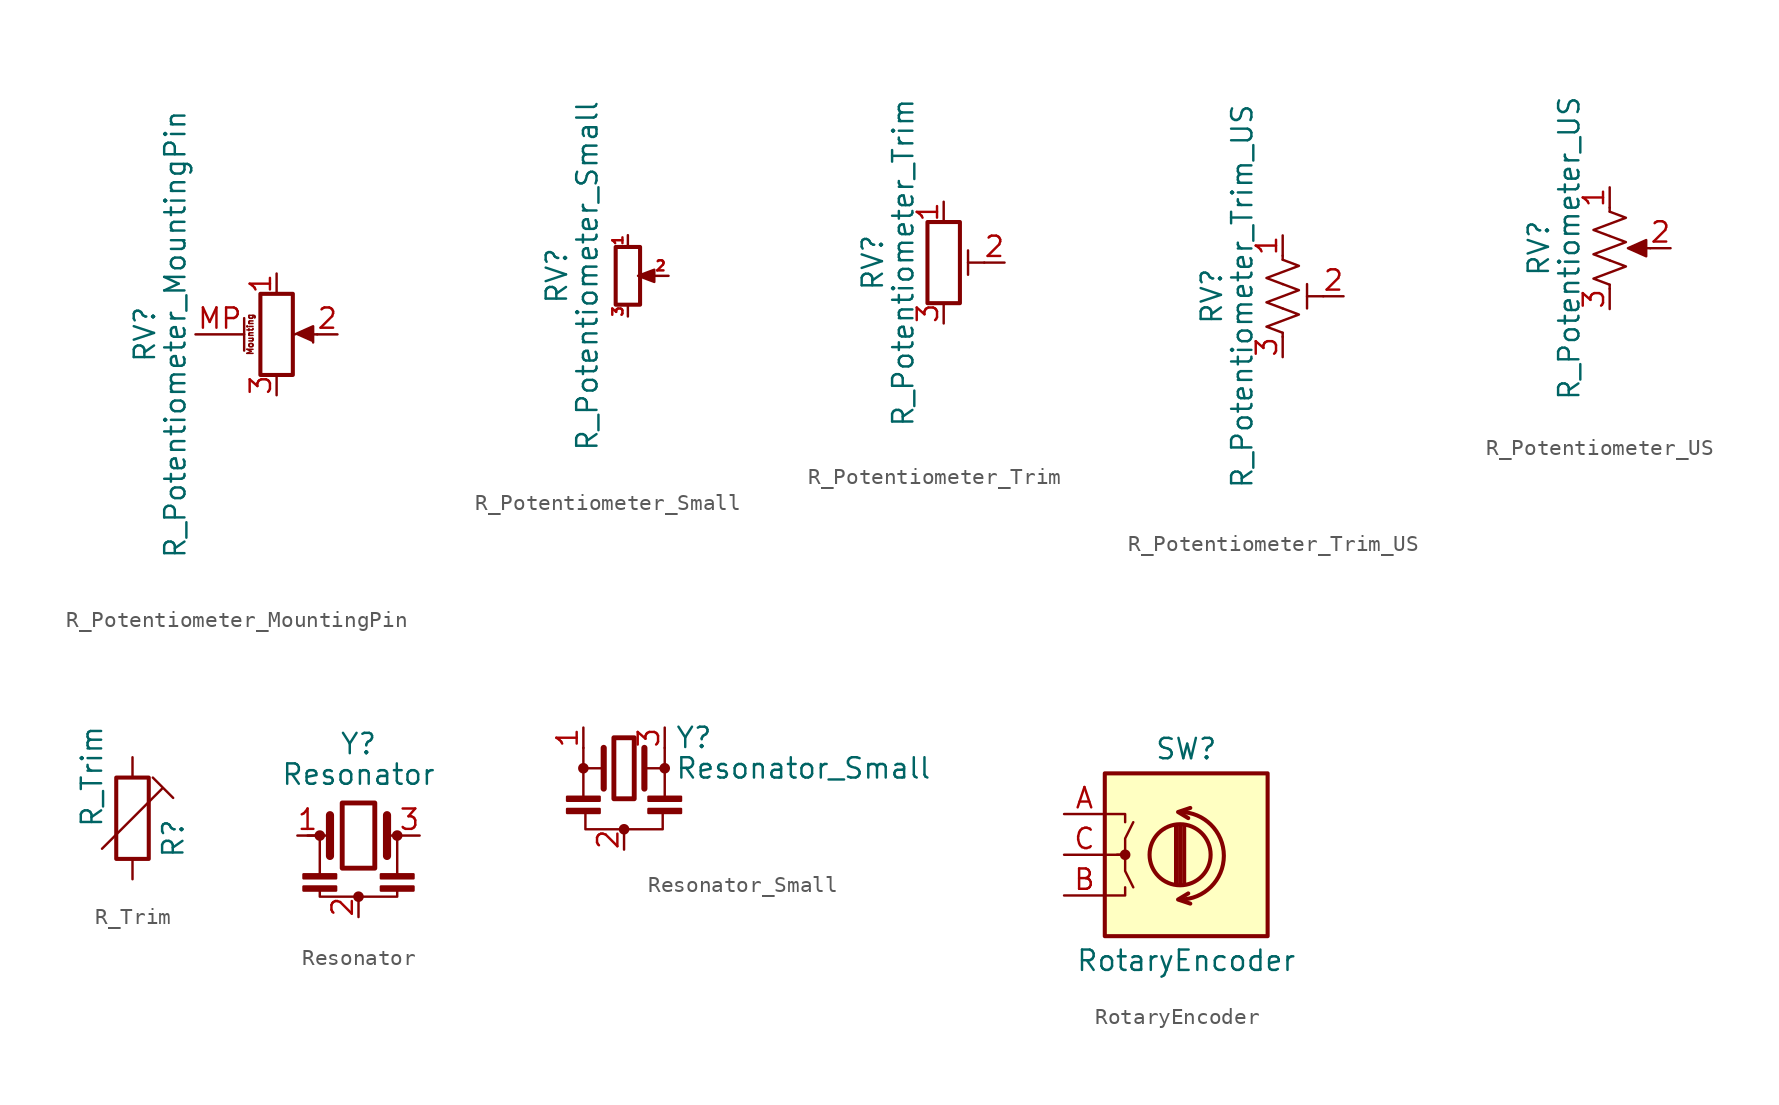
<source format=kicad_sym>
(kicad_symbol_lib
  (version 20201005)
  (generator kicad_symbol_editor)
  (symbol "R_Potentiometer_MountingPin"
    (pin_names
      (offset 1.016) hide)
    (property "Reference" "RV"
      (at -8.255 0 90)
      (effects (font (size 1.27 1.27))))
    (property "Value" "R_Potentiometer_MountingPin"
      (at -6.35 0 90)
      (effects (font (size 1.27 1.27))))
    (symbol "R_Potentiometer_MountingPin_0_1"
      (rectangle (start 1.016 2.54) (end -1.016 -2.54) (stroke (width 0.254)) (fill (type none)))
      (polyline (pts (xy 2.54 0) (xy 1.524 0)) (stroke (width 0)) (fill (type none)))
      (polyline (pts (xy 1.143 0) (xy 2.286 0.508) (xy 2.286 -0.508)) (stroke (width 0)) (fill (type outline))))
    (symbol "R_Potentiometer_MountingPin_1_1"
      (text "Mounting" (at -1.651 0 900) (effects (font (size 0.381 0.381))))
      (polyline (pts (xy -2.032 1.016) (xy -2.032 -1.016)) (stroke (width 0.152)) (fill (type none)))
      (pin passive line (at 0 3.81 270) (length 1.27) (name "1" (effects (font (size 1.27 1.27)))) (number "1" (effects (font (size 1.27 1.27)))))
      (pin passive line (at 3.81 0 180) (length 1.27) (name "2" (effects (font (size 1.27 1.27)))) (number "2" (effects (font (size 1.27 1.27)))))
      (pin passive line (at 0 -3.81 90) (length 1.27) (name "3" (effects (font (size 1.27 1.27)))) (number "3" (effects (font (size 1.27 1.27)))))
      (pin passive line (at -5.08 0 0) (length 3.048) (name "MountPin" (effects (font (size 1.27 1.27)))) (number "MP" (effects (font (size 1.27 1.27)))))))
  (symbol "R_Potentiometer_Small"
    (pin_names
      (offset 1.016) hide)
    (property "Reference" "RV"
      (at -4.445 0 90)
      (effects (font (size 1.27 1.27))))
    (property "Value" "R_Potentiometer_Small"
      (at -2.54 0 90)
      (effects (font (size 1.27 1.27))))
    (symbol "R_Potentiometer_Small_0_1"
      (rectangle (start 0.762 1.803) (end -0.762 -1.803) (stroke (width 0.254)) (fill (type none)))
      (polyline (pts (xy 0.889 0) (xy 0.635 0) (xy 1.651 0.381) (xy 1.651 -0.381) (xy 0.635 0) (xy 0.889 0)) (stroke (width 0)) (fill (type outline))))
    (symbol "R_Potentiometer_Small_1_1"
      (pin passive line (at 0 2.54 270) (length 0.635) (name "1" (effects (font (size 0.635 0.635)))) (number "1" (effects (font (size 0.635 0.635)))))
      (pin passive line (at 2.54 0 180) (length 0.991) (name "2" (effects (font (size 0.635 0.635)))) (number "2" (effects (font (size 0.635 0.635)))))
      (pin passive line (at 0 -2.54 90) (length 0.635) (name "3" (effects (font (size 0.635 0.635)))) (number "3" (effects (font (size 0.635 0.635)))))))
  (symbol "R_Potentiometer_Trim"
    (pin_names
      (offset 1.016) hide)
    (property "Reference" "RV"
      (at -4.445 0 90)
      (effects (font (size 1.27 1.27))))
    (property "Value" "R_Potentiometer_Trim"
      (at -2.54 0 90)
      (effects (font (size 1.27 1.27))))
    (symbol "R_Potentiometer_Trim_0_1"
      (rectangle (start 1.016 2.54) (end -1.016 -2.54) (stroke (width 0.254)) (fill (type none)))
      (polyline (pts (xy 1.524 0.762) (xy 1.524 -0.762)) (stroke (width 0)) (fill (type none)))
      (polyline (pts (xy 2.54 0) (xy 1.524 0)) (stroke (width 0)) (fill (type none))))
    (symbol "R_Potentiometer_Trim_1_1"
      (pin passive line (at 0 3.81 270) (length 1.27) (name "1" (effects (font (size 1.27 1.27)))) (number "1" (effects (font (size 1.27 1.27)))))
      (pin passive line (at 3.81 0 180) (length 1.27) (name "2" (effects (font (size 1.27 1.27)))) (number "2" (effects (font (size 1.27 1.27)))))
      (pin passive line (at 0 -3.81 90) (length 1.27) (name "3" (effects (font (size 1.27 1.27)))) (number "3" (effects (font (size 1.27 1.27)))))))
  (symbol "R_Potentiometer_Trim_US"
    (pin_names
      (offset 1.016) hide)
    (property "Reference" "RV"
      (at -4.445 0 90)
      (effects (font (size 1.27 1.27))))
    (property "Value" "R_Potentiometer_Trim_US"
      (at -2.54 0 90)
      (effects (font (size 1.27 1.27))))
    (symbol "R_Potentiometer_Trim_US_0_1"
      (polyline (pts (xy 0 -2.286) (xy 0 -2.54)) (stroke (width 0)) (fill (type none)))
      (polyline (pts (xy 0 2.286) (xy 0 2.54)) (stroke (width 0)) (fill (type none)))
      (polyline (pts (xy 1.524 0.762) (xy 1.524 -0.762)) (stroke (width 0)) (fill (type none)))
      (polyline (pts (xy 2.54 0) (xy 1.524 0)) (stroke (width 0)) (fill (type none)))
      (polyline (pts (xy 0 -0.762) (xy 1.016 -1.143) (xy 0 -1.524) (xy -1.016 -1.905) (xy 0 -2.286)) (stroke (width 0)) (fill (type none)))
      (polyline (pts (xy 0 0.762) (xy 1.016 0.381) (xy 0 0) (xy -1.016 -0.381) (xy 0 -0.762)) (stroke (width 0)) (fill (type none)))
      (polyline (pts (xy 0 2.286) (xy 1.016 1.905) (xy 0 1.524) (xy -1.016 1.143) (xy 0 0.762)) (stroke (width 0)) (fill (type none))))
    (symbol "R_Potentiometer_Trim_US_1_1"
      (pin passive line (at 0 3.81 270) (length 1.27) (name "1" (effects (font (size 1.27 1.27)))) (number "1" (effects (font (size 1.27 1.27)))))
      (pin passive line (at 3.81 0 180) (length 1.27) (name "2" (effects (font (size 1.27 1.27)))) (number "2" (effects (font (size 1.27 1.27)))))
      (pin passive line (at 0 -3.81 90) (length 1.27) (name "3" (effects (font (size 1.27 1.27)))) (number "3" (effects (font (size 1.27 1.27)))))))
  (symbol "R_Potentiometer_US"
    (pin_names
      (offset 1.016) hide)
    (property "Reference" "RV"
      (at -4.445 0 90)
      (effects (font (size 1.27 1.27))))
    (property "Value" "R_Potentiometer_US"
      (at -2.54 0 90)
      (effects (font (size 1.27 1.27))))
    (symbol "R_Potentiometer_US_0_1"
      (polyline (pts (xy 0 -2.286) (xy 0 -2.54)) (stroke (width 0)) (fill (type none)))
      (polyline (pts (xy 0 2.54) (xy 0 2.286)) (stroke (width 0)) (fill (type none)))
      (polyline (pts (xy 2.54 0) (xy 1.524 0)) (stroke (width 0)) (fill (type none)))
      (polyline (pts (xy 0 -0.762) (xy 1.016 -1.143) (xy 0 -1.524) (xy -1.016 -1.905) (xy 0 -2.286)) (stroke (width 0)) (fill (type none)))
      (polyline (pts (xy 0 0.762) (xy 1.016 0.381) (xy 0 0) (xy -1.016 -0.381) (xy 0 -0.762)) (stroke (width 0)) (fill (type none)))
      (polyline (pts (xy 0 2.286) (xy 1.016 1.905) (xy 0 1.524) (xy -1.016 1.143) (xy 0 0.762)) (stroke (width 0)) (fill (type none)))
      (polyline (pts (xy 1.143 0) (xy 2.286 0.508) (xy 2.286 -0.508) (xy 1.143 0)) (stroke (width 0)) (fill (type outline))))
    (symbol "R_Potentiometer_US_1_1"
      (pin passive line (at 0 3.81 270) (length 1.27) (name "1" (effects (font (size 1.27 1.27)))) (number "1" (effects (font (size 1.27 1.27)))))
      (pin passive line (at 3.81 0 180) (length 1.27) (name "2" (effects (font (size 1.27 1.27)))) (number "2" (effects (font (size 1.27 1.27)))))
      (pin passive line (at 0 -3.81 90) (length 1.27) (name "3" (effects (font (size 1.27 1.27)))) (number "3" (effects (font (size 1.27 1.27)))))))
  (symbol "R_Trim"
    (pin_numbers hide)
    (pin_names
      (offset 0))
    (property "Reference" "R"
      (at 2.54 -2.54 90)
      (effects (font (size 1.27 1.27)) (justify left)))
    (property "Value" "R_Trim"
      (at -2.54 -0.635 90)
      (effects (font (size 1.27 1.27)) (justify left)))
    (symbol "R_Trim_0_1"
      (rectangle (start -1.016 -2.54) (end 1.016 2.54) (stroke (width 0.254)) (fill (type none)))
      (polyline (pts (xy -1.905 -1.905) (xy 1.905 1.905) (xy 2.54 1.27) (xy 1.27 2.54)) (stroke (width 0)) (fill (type none))))
    (symbol "R_Trim_1_1"
      (pin passive line (at 0 3.81 270) (length 1.27) (name "~" (effects (font (size 1.27 1.27)))) (number "1" (effects (font (size 1.27 1.27)))))
      (pin passive line (at 0 -3.81 90) (length 1.27) (name "~" (effects (font (size 1.27 1.27)))) (number "2" (effects (font (size 1.27 1.27)))))))
  (symbol "Resonator"
    (pin_names
      (offset 1.016) hide)
    (property "Reference" "Y"
      (at 0 5.715 0)
      (effects (font (size 1.27 1.27))))
    (property "Value" "Resonator"
      (at 0 3.81 0)
      (effects (font (size 1.27 1.27))))
    (symbol "Resonator_0_1"
      (circle (center -2.413 0) (radius 0.254) (stroke (width 0)) (fill (type outline)))
      (circle (center 0 -3.81) (radius 0.254) (stroke (width 0)) (fill (type outline)))
      (circle (center 2.413 0) (radius 0.254) (stroke (width 0)) (fill (type outline)))
      (rectangle (start -1.016 2.032) (end 1.016 -2.032) (stroke (width 0.305)) (fill (type none)))
      (rectangle (start -3.429 -3.175) (end -1.397 -3.429) (stroke (width 0)) (fill (type outline)))
      (rectangle (start -3.429 -2.413) (end -1.397 -2.667) (stroke (width 0)) (fill (type outline)))
      (rectangle (start 1.397 -3.175) (end 3.429 -3.429) (stroke (width 0)) (fill (type outline)))
      (rectangle (start 1.397 -2.413) (end 3.429 -2.667) (stroke (width 0)) (fill (type outline)))
      (polyline (pts (xy -2.413 -2.413) (xy -2.413 0)) (stroke (width 0)) (fill (type none)))
      (polyline (pts (xy -1.905 0) (xy -3.175 0)) (stroke (width 0)) (fill (type none)))
      (polyline (pts (xy -1.778 -1.27) (xy -1.778 1.27)) (stroke (width 0.508)) (fill (type none)))
      (polyline (pts (xy 1.778 -1.27) (xy 1.778 1.27)) (stroke (width 0.508)) (fill (type none)))
      (polyline (pts (xy 1.905 0) (xy 2.54 0)) (stroke (width 0)) (fill (type none)))
      (polyline (pts (xy 2.413 0) (xy 2.413 -2.54)) (stroke (width 0)) (fill (type none)))
      (polyline (pts (xy 2.413 -3.302) (xy 2.413 -3.81) (xy -2.413 -3.81) (xy -2.413 -3.302)) (stroke (width 0)) (fill (type none))))
    (symbol "Resonator_1_1"
      (pin passive line (at -3.81 0 0) (length 1.27) (name "1" (effects (font (size 1.27 1.27)))) (number "1" (effects (font (size 1.27 1.27)))))
      (pin passive line (at 0 -5.08 90) (length 1.27) (name "2" (effects (font (size 1.27 1.27)))) (number "2" (effects (font (size 1.27 1.27)))))
      (pin passive line (at 3.81 0 180) (length 1.27) (name "3" (effects (font (size 1.27 1.27)))) (number "3" (effects (font (size 1.27 1.27)))))))
  (symbol "Resonator_Small"
    (pin_names
      (offset 1.016) hide)
    (property "Reference" "Y"
      (at 3.175 1.905 0)
      (effects (font (size 1.27 1.27)) (justify left)))
    (property "Value" "Resonator_Small"
      (at 3.175 0 0)
      (effects (font (size 1.27 1.27)) (justify left)))
    (symbol "Resonator_Small_0_1"
      (circle (center -2.54 0) (radius 0.254) (stroke (width 0)) (fill (type outline)))
      (circle (center 0 -3.81) (radius 0.254) (stroke (width 0)) (fill (type outline)))
      (circle (center 2.54 0) (radius 0.254) (stroke (width 0)) (fill (type outline)))
      (rectangle (start -0.635 1.905) (end 0.635 -1.905) (stroke (width 0.305)) (fill (type none)))
      (rectangle (start -3.556 -2.54) (end -1.524 -2.794) (stroke (width 0)) (fill (type outline)))
      (rectangle (start -3.556 -1.778) (end -1.524 -2.032) (stroke (width 0)) (fill (type outline)))
      (rectangle (start 1.524 -2.54) (end 3.556 -2.794) (stroke (width 0)) (fill (type outline)))
      (rectangle (start 1.524 -1.778) (end 3.556 -2.032) (stroke (width 0)) (fill (type outline)))
      (polyline (pts (xy -2.54 -1.778) (xy -2.54 0)) (stroke (width 0)) (fill (type none)))
      (polyline (pts (xy -2.54 0) (xy -1.397 0)) (stroke (width 0)) (fill (type none)))
      (polyline (pts (xy -2.54 1.27) (xy -2.54 0)) (stroke (width 0)) (fill (type none)))
      (polyline (pts (xy -1.27 -1.27) (xy -1.27 1.27)) (stroke (width 0.381)) (fill (type none)))
      (polyline (pts (xy 1.27 -1.27) (xy 1.27 1.27)) (stroke (width 0.381)) (fill (type none)))
      (polyline (pts (xy 1.27 0) (xy 2.54 0)) (stroke (width 0)) (fill (type none)))
      (polyline (pts (xy 2.54 0) (xy 2.54 -1.778)) (stroke (width 0)) (fill (type none)))
      (polyline (pts (xy 2.54 1.27) (xy 2.54 0)) (stroke (width 0)) (fill (type none)))
      (polyline (pts (xy 2.413 -2.794) (xy 2.413 -3.81) (xy -2.413 -3.81) (xy -2.413 -2.667)) (stroke (width 0)) (fill (type none))))
    (symbol "Resonator_Small_1_1"
      (pin passive line (at -2.54 2.54 270) (length 1.27) (name "1" (effects (font (size 1.27 1.27)))) (number "1" (effects (font (size 1.27 1.27)))))
      (pin passive line (at 0 -5.08 90) (length 1.27) (name "2" (effects (font (size 1.27 1.27)))) (number "2" (effects (font (size 1.27 1.27)))))
      (pin passive line (at 2.54 2.54 270) (length 1.27) (name "3" (effects (font (size 1.27 1.27)))) (number "3" (effects (font (size 1.27 1.27)))))))
  (symbol "RotaryEncoder"
    (pin_names
      (offset 0.254) hide)
    (property "Reference" "SW"
      (at 0 6.604 0)
      (effects (font (size 1.27 1.27))))
    (property "Value" "RotaryEncoder"
      (at 0 -6.604 0)
      (effects (font (size 1.27 1.27))))
    (symbol "RotaryEncoder_0_1"
      (arc (start -0.381 -2.794) (end -0.381 2.667) (radius (at -0.381 -0.0508) (length 2.7432) (angles -89.9 89.9)) (stroke (width 0.254)) (fill (type none)))
      (circle (center -0.381 0) (radius 1.905) (stroke (width 0.254)) (fill (type none)))
      (circle (center -3.81 0) (radius 0.254) (stroke (width 0)) (fill (type outline)))
      (rectangle (start -5.08 5.08) (end 5.08 -5.08) (stroke (width 0.254)) (fill (type background)))
      (polyline (pts (xy -0.635 -1.778) (xy -0.635 1.778)) (stroke (width 0.254)) (fill (type none)))
      (polyline (pts (xy -0.381 -1.778) (xy -0.381 1.778)) (stroke (width 0.254)) (fill (type none)))
      (polyline (pts (xy -0.127 1.778) (xy -0.127 -1.778)) (stroke (width 0.254)) (fill (type none)))
      (polyline (pts (xy -5.08 -2.54) (xy -3.81 -2.54) (xy -3.81 -2.032)) (stroke (width 0)) (fill (type none)))
      (polyline (pts (xy -5.08 2.54) (xy -3.81 2.54) (xy -3.81 2.032)) (stroke (width 0)) (fill (type none)))
      (polyline (pts (xy 0.254 -3.048) (xy -0.508 -2.794) (xy 0.127 -2.413)) (stroke (width 0.254)) (fill (type none)))
      (polyline (pts (xy 0.254 2.921) (xy -0.508 2.667) (xy 0.127 2.286)) (stroke (width 0.254)) (fill (type none)))
      (polyline (pts (xy -5.08 0) (xy -3.81 0) (xy -3.81 -1.016) (xy -3.302 -2.032)) (stroke (width 0)) (fill (type none)))
      (polyline (pts (xy -4.318 0) (xy -3.81 0) (xy -3.81 1.016) (xy -3.302 2.032)) (stroke (width 0)) (fill (type none))))
    (symbol "RotaryEncoder_1_1"
      (pin passive line (at -7.62 2.54 0) (length 2.54) (name "A" (effects (font (size 1.27 1.27)))) (number "A" (effects (font (size 1.27 1.27)))))
      (pin passive line (at -7.62 -2.54 0) (length 2.54) (name "B" (effects (font (size 1.27 1.27)))) (number "B" (effects (font (size 1.27 1.27)))))
      (pin passive line (at -7.62 0 0) (length 2.54) (name "C" (effects (font (size 1.27 1.27)))) (number "C" (effects (font (size 1.27 1.27))))))))
</source>
